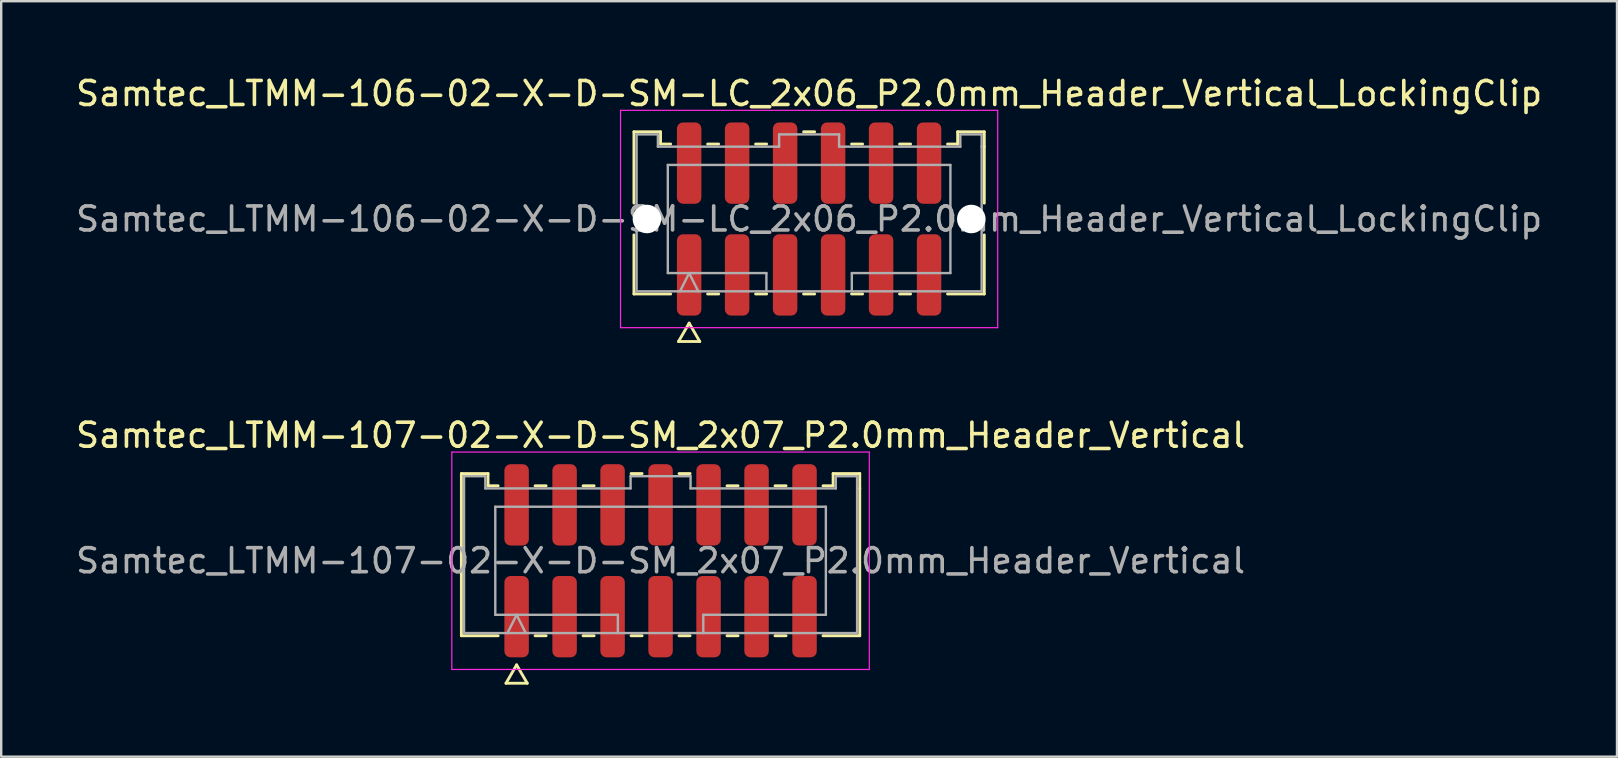
<source format=kicad_pcb>
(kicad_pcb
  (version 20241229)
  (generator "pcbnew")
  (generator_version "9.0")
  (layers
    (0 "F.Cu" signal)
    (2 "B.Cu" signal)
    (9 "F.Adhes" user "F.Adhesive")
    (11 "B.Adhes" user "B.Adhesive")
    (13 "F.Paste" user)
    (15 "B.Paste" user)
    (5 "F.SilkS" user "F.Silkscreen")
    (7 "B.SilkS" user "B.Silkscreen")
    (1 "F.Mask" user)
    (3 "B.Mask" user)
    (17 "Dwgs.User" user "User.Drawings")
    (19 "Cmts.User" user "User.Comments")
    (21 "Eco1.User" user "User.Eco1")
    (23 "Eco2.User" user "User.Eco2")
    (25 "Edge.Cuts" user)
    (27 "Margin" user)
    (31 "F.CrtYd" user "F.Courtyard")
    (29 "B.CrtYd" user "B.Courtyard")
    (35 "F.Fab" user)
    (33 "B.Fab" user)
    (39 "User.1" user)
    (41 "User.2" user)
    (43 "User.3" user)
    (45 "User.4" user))
  (footprint "Samtec_LTMM-106-02-X-D-SM-LC_2x06_P2.0mm_Header_Vertical_LockingClip"
    (layer "F.Cu")
    (at 30.673 6.078)
    (property "Reference" "Samtec_LTMM-106-02-X-D-SM-LC_2x06_P2.0mm_Header_Vertical_LockingClip" (at 0 -5.23 0) (layer "F.SilkS") (effects (font (size 1 1) (thickness 0.15))))
    (attr smd)
    (fp_line (start -7.301 -3.635) (end -6.192 -3.635) (stroke (width 0.12) (type solid)) (layer "F.SilkS"))
    (fp_line (start -7.301 -0.662) (end -7.301 -3.635) (stroke (width 0.12) (type solid)) (layer "F.SilkS"))
    (fp_line (start -7.301 3.125) (end -7.301 0.662) (stroke (width 0.12) (type solid)) (layer "F.SilkS"))
    (fp_line (start -6.192 -3.635) (end -6.192 -3.125) (stroke (width 0.12) (type solid)) (layer "F.SilkS"))
    (fp_line (start -6.192 -3.125) (end -5.77 -3.125) (stroke (width 0.12) (type solid)) (layer "F.SilkS"))
    (fp_line (start -5.77 3.125) (end -7.301 3.125) (stroke (width 0.12) (type solid)) (layer "F.SilkS"))
    (fp_line (start -5.442 5.105) (end -5 4.34) (stroke (width 0.12) (type solid)) (layer "F.SilkS"))
    (fp_line (start -5 4.34) (end -4.558 5.105) (stroke (width 0.12) (type solid)) (layer "F.SilkS"))
    (fp_line (start -4.558 5.105) (end -5.442 5.105) (stroke (width 0.12) (type solid)) (layer "F.SilkS"))
    (fp_line (start -4.23 -3.125) (end -3.77 -3.125) (stroke (width 0.12) (type solid)) (layer "F.SilkS"))
    (fp_line (start -3.77 3.125) (end -4.23 3.125) (stroke (width 0.12) (type solid)) (layer "F.SilkS"))
    (fp_line (start -2.23 -3.125) (end -1.77 -3.125) (stroke (width 0.12) (type solid)) (layer "F.SilkS"))
    (fp_line (start -1.77 3.125) (end -2.23 3.125) (stroke (width 0.12) (type solid)) (layer "F.SilkS"))
    (fp_line (start -0.23 -3.635) (end 0.23 -3.635) (stroke (width 0.12) (type solid)) (layer "F.SilkS"))
    (fp_line (start 0.23 3.125) (end -0.23 3.125) (stroke (width 0.12) (type solid)) (layer "F.SilkS"))
    (fp_line (start 1.77 -3.125) (end 2.23 -3.125) (stroke (width 0.12) (type solid)) (layer "F.SilkS"))
    (fp_line (start 2.23 3.125) (end 1.77 3.125) (stroke (width 0.12) (type solid)) (layer "F.SilkS"))
    (fp_line (start 3.77 -3.125) (end 4.23 -3.125) (stroke (width 0.12) (type solid)) (layer "F.SilkS"))
    (fp_line (start 4.23 3.125) (end 3.77 3.125) (stroke (width 0.12) (type solid)) (layer "F.SilkS"))
    (fp_line (start 5.77 -3.125) (end 6.192 -3.125) (stroke (width 0.12) (type solid)) (layer "F.SilkS"))
    (fp_line (start 6.192 -3.635) (end 7.301 -3.635) (stroke (width 0.12) (type solid)) (layer "F.SilkS"))
    (fp_line (start 6.192 -3.125) (end 6.192 -3.635) (stroke (width 0.12) (type solid)) (layer "F.SilkS"))
    (fp_line (start 7.301 -3.635) (end 7.301 -3.015) (stroke (width 0.12) (type solid)) (layer "F.SilkS"))
    (fp_line (start 7.301 -3.015) (end 7.301 -0.662) (stroke (width 0.12) (type solid)) (layer "F.SilkS"))
    (fp_line (start 7.301 0.662) (end 7.301 3.125) (stroke (width 0.12) (type solid)) (layer "F.SilkS"))
    (fp_line (start 7.301 3.125) (end 5.77 3.125) (stroke (width 0.12) (type solid)) (layer "F.SilkS"))
    (fp_line (start -7.86 -4.53) (end -7.86 4.53) (stroke (width 0.05) (type solid)) (layer "F.CrtYd"))
    (fp_line (start -7.86 4.53) (end 7.86 4.53) (stroke (width 0.05) (type solid)) (layer "F.CrtYd"))
    (fp_line (start 7.86 -4.53) (end -7.86 -4.53) (stroke (width 0.05) (type solid)) (layer "F.CrtYd"))
    (fp_line (start 7.86 4.53) (end 7.86 -4.53) (stroke (width 0.05) (type solid)) (layer "F.CrtYd"))
    (fp_line (start -7.191 -3.525) (end -6.303 -3.525) (stroke (width 0.1) (type solid)) (layer "F.Fab"))
    (fp_line (start -7.191 3.015) (end -7.191 -3.525) (stroke (width 0.1) (type solid)) (layer "F.Fab"))
    (fp_line (start -6.303 -3.525) (end -6.303 -3.015) (stroke (width 0.1) (type solid)) (layer "F.Fab"))
    (fp_line (start -6.303 -3.015) (end -1.25 -3.015) (stroke (width 0.1) (type solid)) (layer "F.Fab"))
    (fp_line (start -5.889 -2.253) (end 5.889 -2.253) (stroke (width 0.1) (type solid)) (layer "F.Fab"))
    (fp_line (start -5.889 2.253) (end -5.889 -2.253) (stroke (width 0.1) (type solid)) (layer "F.Fab"))
    (fp_line (start -5.381 3.015) (end -5 2.253) (stroke (width 0.1) (type solid)) (layer "F.Fab"))
    (fp_line (start -5 2.253) (end -4.619 3.015) (stroke (width 0.1) (type solid)) (layer "F.Fab"))
    (fp_line (start -1.78 2.253) (end -5.889 2.253) (stroke (width 0.1) (type solid)) (layer "F.Fab"))
    (fp_line (start -1.78 3.015) (end -1.78 2.253) (stroke (width 0.1) (type solid)) (layer "F.Fab"))
    (fp_line (start -1.25 -3.525) (end 1.25 -3.525) (stroke (width 0.1) (type solid)) (layer "F.Fab"))
    (fp_line (start -1.25 -3.015) (end -1.25 -3.525) (stroke (width 0.1) (type solid)) (layer "F.Fab"))
    (fp_line (start 1.25 -3.525) (end 1.25 -3.015) (stroke (width 0.1) (type solid)) (layer "F.Fab"))
    (fp_line (start 1.25 -3.015) (end 6.303 -3.015) (stroke (width 0.1) (type solid)) (layer "F.Fab"))
    (fp_line (start 1.78 2.253) (end 1.78 3.015) (stroke (width 0.1) (type solid)) (layer "F.Fab"))
    (fp_line (start 5.889 -2.253) (end 5.889 2.253) (stroke (width 0.1) (type solid)) (layer "F.Fab"))
    (fp_line (start 5.889 2.253) (end 1.78 2.253) (stroke (width 0.1) (type solid)) (layer "F.Fab"))
    (fp_line (start 6.303 -3.525) (end 7.191 -3.525) (stroke (width 0.1) (type solid)) (layer "F.Fab"))
    (fp_line (start 6.303 -3.015) (end 6.303 -3.525) (stroke (width 0.1) (type solid)) (layer "F.Fab"))
    (fp_line (start 7.191 -3.525) (end 7.191 -3.015) (stroke (width 0.1) (type solid)) (layer "F.Fab"))
    (fp_line (start 7.191 -3.015) (end 7.191 3.015) (stroke (width 0.1) (type solid)) (layer "F.Fab"))
    (fp_line (start 7.191 3.015) (end -7.191 3.015) (stroke (width 0.1) (type solid)) (layer "F.Fab"))
    (fp_text user "${REFERENCE}" (at 0 0 0) (layer "F.Fab") (effects (font (size 1 1) (thickness 0.15))))
    (pad "" np_thru_hole circle (at -6.76 0) (size 1.19 1.19) (drill 1.19) (layers "*.Cu" "*.Mask"))
    (pad "" np_thru_hole circle (at 6.76 0) (size 1.19 1.19) (drill 1.19) (layers "*.Cu" "*.Mask"))
    (pad "1" smd roundrect (at -5 2.33) (size 1.02 3.39) (layers "F.Cu" "F.Mask" "F.Paste") (roundrect_rratio 0.25))
    (pad "2" smd roundrect (at -5 -2.33) (size 1.02 3.39) (layers "F.Cu" "F.Mask" "F.Paste") (roundrect_rratio 0.25))
    (pad "3" smd roundrect (at -3 2.33) (size 1.02 3.39) (layers "F.Cu" "F.Mask" "F.Paste") (roundrect_rratio 0.25))
    (pad "4" smd roundrect (at -3 -2.33) (size 1.02 3.39) (layers "F.Cu" "F.Mask" "F.Paste") (roundrect_rratio 0.25))
    (pad "5" smd roundrect (at -1 2.33) (size 1.02 3.39) (layers "F.Cu" "F.Mask" "F.Paste") (roundrect_rratio 0.25))
    (pad "6" smd roundrect (at -1 -2.33) (size 1.02 3.39) (layers "F.Cu" "F.Mask" "F.Paste") (roundrect_rratio 0.25))
    (pad "7" smd roundrect (at 1 2.33) (size 1.02 3.39) (layers "F.Cu" "F.Mask" "F.Paste") (roundrect_rratio 0.25))
    (pad "8" smd roundrect (at 1 -2.33) (size 1.02 3.39) (layers "F.Cu" "F.Mask" "F.Paste") (roundrect_rratio 0.25))
    (pad "9" smd roundrect (at 3 2.33) (size 1.02 3.39) (layers "F.Cu" "F.Mask" "F.Paste") (roundrect_rratio 0.25))
    (pad "10" smd roundrect (at 3 -2.33) (size 1.02 3.39) (layers "F.Cu" "F.Mask" "F.Paste") (roundrect_rratio 0.25))
    (pad "11" smd roundrect (at 5 2.33) (size 1.02 3.39) (layers "F.Cu" "F.Mask" "F.Paste") (roundrect_rratio 0.25))
    (pad "12" smd roundrect (at 5 -2.33) (size 1.02 3.39) (layers "F.Cu" "F.Mask" "F.Paste") (roundrect_rratio 0.25)))
  (footprint "Samtec_LTMM-107-02-X-D-SM_2x07_P2.0mm_Header_Vertical"
    (layer "F.Cu")
    (at 24.482 20.322)
    (property "Reference" "Samtec_LTMM-107-02-X-D-SM_2x07_P2.0mm_Header_Vertical" (at 0 -5.23 0) (layer "F.SilkS") (effects (font (size 1 1) (thickness 0.15))))
    (attr smd)
    (fp_line (start -8.302 -3.635) (end -7.192 -3.635) (stroke (width 0.12) (type solid)) (layer "F.SilkS"))
    (fp_line (start -8.302 3.125) (end -8.302 -3.635) (stroke (width 0.12) (type solid)) (layer "F.SilkS"))
    (fp_line (start -7.192 -3.635) (end -7.192 -3.125) (stroke (width 0.12) (type solid)) (layer "F.SilkS"))
    (fp_line (start -7.192 -3.125) (end -6.77 -3.125) (stroke (width 0.12) (type solid)) (layer "F.SilkS"))
    (fp_line (start -6.77 3.125) (end -8.302 3.125) (stroke (width 0.12) (type solid)) (layer "F.SilkS"))
    (fp_line (start -6.442 5.105) (end -6 4.34) (stroke (width 0.12) (type solid)) (layer "F.SilkS"))
    (fp_line (start -6 4.34) (end -5.558 5.105) (stroke (width 0.12) (type solid)) (layer "F.SilkS"))
    (fp_line (start -5.558 5.105) (end -6.442 5.105) (stroke (width 0.12) (type solid)) (layer "F.SilkS"))
    (fp_line (start -5.23 -3.125) (end -4.77 -3.125) (stroke (width 0.12) (type solid)) (layer "F.SilkS"))
    (fp_line (start -4.77 3.125) (end -5.23 3.125) (stroke (width 0.12) (type solid)) (layer "F.SilkS"))
    (fp_line (start -3.23 -3.125) (end -2.77 -3.125) (stroke (width 0.12) (type solid)) (layer "F.SilkS"))
    (fp_line (start -2.77 3.125) (end -3.23 3.125) (stroke (width 0.12) (type solid)) (layer "F.SilkS"))
    (fp_line (start -1.23 -3.635) (end -0.77 -3.635) (stroke (width 0.12) (type solid)) (layer "F.SilkS"))
    (fp_line (start -0.77 3.125) (end -1.23 3.125) (stroke (width 0.12) (type solid)) (layer "F.SilkS"))
    (fp_line (start 0.77 -3.635) (end 1.23 -3.635) (stroke (width 0.12) (type solid)) (layer "F.SilkS"))
    (fp_line (start 1.23 3.125) (end 0.77 3.125) (stroke (width 0.12) (type solid)) (layer "F.SilkS"))
    (fp_line (start 2.77 -3.125) (end 3.23 -3.125) (stroke (width 0.12) (type solid)) (layer "F.SilkS"))
    (fp_line (start 3.23 3.125) (end 2.77 3.125) (stroke (width 0.12) (type solid)) (layer "F.SilkS"))
    (fp_line (start 4.77 -3.125) (end 5.23 -3.125) (stroke (width 0.12) (type solid)) (layer "F.SilkS"))
    (fp_line (start 5.23 3.125) (end 4.77 3.125) (stroke (width 0.12) (type solid)) (layer "F.SilkS"))
    (fp_line (start 6.77 -3.125) (end 7.192 -3.125) (stroke (width 0.12) (type solid)) (layer "F.SilkS"))
    (fp_line (start 7.192 -3.635) (end 8.302 -3.635) (stroke (width 0.12) (type solid)) (layer "F.SilkS"))
    (fp_line (start 7.192 -3.125) (end 7.192 -3.635) (stroke (width 0.12) (type solid)) (layer "F.SilkS"))
    (fp_line (start 8.302 -3.635) (end 8.302 -3.015) (stroke (width 0.12) (type solid)) (layer "F.SilkS"))
    (fp_line (start 8.302 -3.015) (end 8.302 3.125) (stroke (width 0.12) (type solid)) (layer "F.SilkS"))
    (fp_line (start 8.302 3.125) (end 6.77 3.125) (stroke (width 0.12) (type solid)) (layer "F.SilkS"))
    (fp_line (start -8.7 -4.53) (end -8.7 4.53) (stroke (width 0.05) (type solid)) (layer "F.CrtYd"))
    (fp_line (start -8.7 4.53) (end 8.7 4.53) (stroke (width 0.05) (type solid)) (layer "F.CrtYd"))
    (fp_line (start 8.7 -4.53) (end -8.7 -4.53) (stroke (width 0.05) (type solid)) (layer "F.CrtYd"))
    (fp_line (start 8.7 4.53) (end 8.7 -4.53) (stroke (width 0.05) (type solid)) (layer "F.CrtYd"))
    (fp_line (start -8.191 -3.525) (end -7.303 -3.525) (stroke (width 0.1) (type solid)) (layer "F.Fab"))
    (fp_line (start -8.191 3.015) (end -8.191 -3.525) (stroke (width 0.1) (type solid)) (layer "F.Fab"))
    (fp_line (start -7.303 -3.525) (end -7.303 -3.015) (stroke (width 0.1) (type solid)) (layer "F.Fab"))
    (fp_line (start -7.303 -3.015) (end -1.25 -3.015) (stroke (width 0.1) (type solid)) (layer "F.Fab"))
    (fp_line (start -6.889 -2.253) (end 6.889 -2.253) (stroke (width 0.1) (type solid)) (layer "F.Fab"))
    (fp_line (start -6.889 2.253) (end -6.889 -2.253) (stroke (width 0.1) (type solid)) (layer "F.Fab"))
    (fp_line (start -6.381 3.015) (end -6 2.253) (stroke (width 0.1) (type solid)) (layer "F.Fab"))
    (fp_line (start -6 2.253) (end -5.619 3.015) (stroke (width 0.1) (type solid)) (layer "F.Fab"))
    (fp_line (start -1.78 2.253) (end -6.889 2.253) (stroke (width 0.1) (type solid)) (layer "F.Fab"))
    (fp_line (start -1.78 3.015) (end -1.78 2.253) (stroke (width 0.1) (type solid)) (layer "F.Fab"))
    (fp_line (start -1.25 -3.525) (end 1.25 -3.525) (stroke (width 0.1) (type solid)) (layer "F.Fab"))
    (fp_line (start -1.25 -3.015) (end -1.25 -3.525) (stroke (width 0.1) (type solid)) (layer "F.Fab"))
    (fp_line (start 1.25 -3.525) (end 1.25 -3.015) (stroke (width 0.1) (type solid)) (layer "F.Fab"))
    (fp_line (start 1.25 -3.015) (end 7.303 -3.015) (stroke (width 0.1) (type solid)) (layer "F.Fab"))
    (fp_line (start 1.78 2.253) (end 1.78 3.015) (stroke (width 0.1) (type solid)) (layer "F.Fab"))
    (fp_line (start 6.889 -2.253) (end 6.889 2.253) (stroke (width 0.1) (type solid)) (layer "F.Fab"))
    (fp_line (start 6.889 2.253) (end 1.78 2.253) (stroke (width 0.1) (type solid)) (layer "F.Fab"))
    (fp_line (start 7.303 -3.525) (end 8.191 -3.525) (stroke (width 0.1) (type solid)) (layer "F.Fab"))
    (fp_line (start 7.303 -3.015) (end 7.303 -3.525) (stroke (width 0.1) (type solid)) (layer "F.Fab"))
    (fp_line (start 8.191 -3.525) (end 8.191 -3.015) (stroke (width 0.1) (type solid)) (layer "F.Fab"))
    (fp_line (start 8.191 -3.015) (end 8.191 3.015) (stroke (width 0.1) (type solid)) (layer "F.Fab"))
    (fp_line (start 8.191 3.015) (end -8.191 3.015) (stroke (width 0.1) (type solid)) (layer "F.Fab"))
    (fp_text user "${REFERENCE}" (at 0 0 0) (layer "F.Fab") (effects (font (size 1 1) (thickness 0.15))))
    (pad "1" smd roundrect (at -6 2.33) (size 1.02 3.39) (layers "F.Cu" "F.Mask" "F.Paste") (roundrect_rratio 0.25))
    (pad "2" smd roundrect (at -6 -2.33) (size 1.02 3.39) (layers "F.Cu" "F.Mask" "F.Paste") (roundrect_rratio 0.25))
    (pad "3" smd roundrect (at -4 2.33) (size 1.02 3.39) (layers "F.Cu" "F.Mask" "F.Paste") (roundrect_rratio 0.25))
    (pad "4" smd roundrect (at -4 -2.33) (size 1.02 3.39) (layers "F.Cu" "F.Mask" "F.Paste") (roundrect_rratio 0.25))
    (pad "5" smd roundrect (at -2 2.33) (size 1.02 3.39) (layers "F.Cu" "F.Mask" "F.Paste") (roundrect_rratio 0.25))
    (pad "6" smd roundrect (at -2 -2.33) (size 1.02 3.39) (layers "F.Cu" "F.Mask" "F.Paste") (roundrect_rratio 0.25))
    (pad "7" smd roundrect (at 0 2.33) (size 1.02 3.39) (layers "F.Cu" "F.Mask" "F.Paste") (roundrect_rratio 0.25))
    (pad "8" smd roundrect (at 0 -2.33) (size 1.02 3.39) (layers "F.Cu" "F.Mask" "F.Paste") (roundrect_rratio 0.25))
    (pad "9" smd roundrect (at 2 2.33) (size 1.02 3.39) (layers "F.Cu" "F.Mask" "F.Paste") (roundrect_rratio 0.25))
    (pad "10" smd roundrect (at 2 -2.33) (size 1.02 3.39) (layers "F.Cu" "F.Mask" "F.Paste") (roundrect_rratio 0.25))
    (pad "11" smd roundrect (at 4 2.33) (size 1.02 3.39) (layers "F.Cu" "F.Mask" "F.Paste") (roundrect_rratio 0.25))
    (pad "12" smd roundrect (at 4 -2.33) (size 1.02 3.39) (layers "F.Cu" "F.Mask" "F.Paste") (roundrect_rratio 0.25))
    (pad "13" smd roundrect (at 6 2.33) (size 1.02 3.39) (layers "F.Cu" "F.Mask" "F.Paste") (roundrect_rratio 0.25))
    (pad "14" smd roundrect (at 6 -2.33) (size 1.02 3.39) (layers "F.Cu" "F.Mask" "F.Paste") (roundrect_rratio 0.25)))
  (gr_rect
    (start -3 -3)
    (end 64.345 28.486)
    (stroke (width 0.1) (type default))
    (fill no)
    (layer "Edge.Cuts")))
</source>
